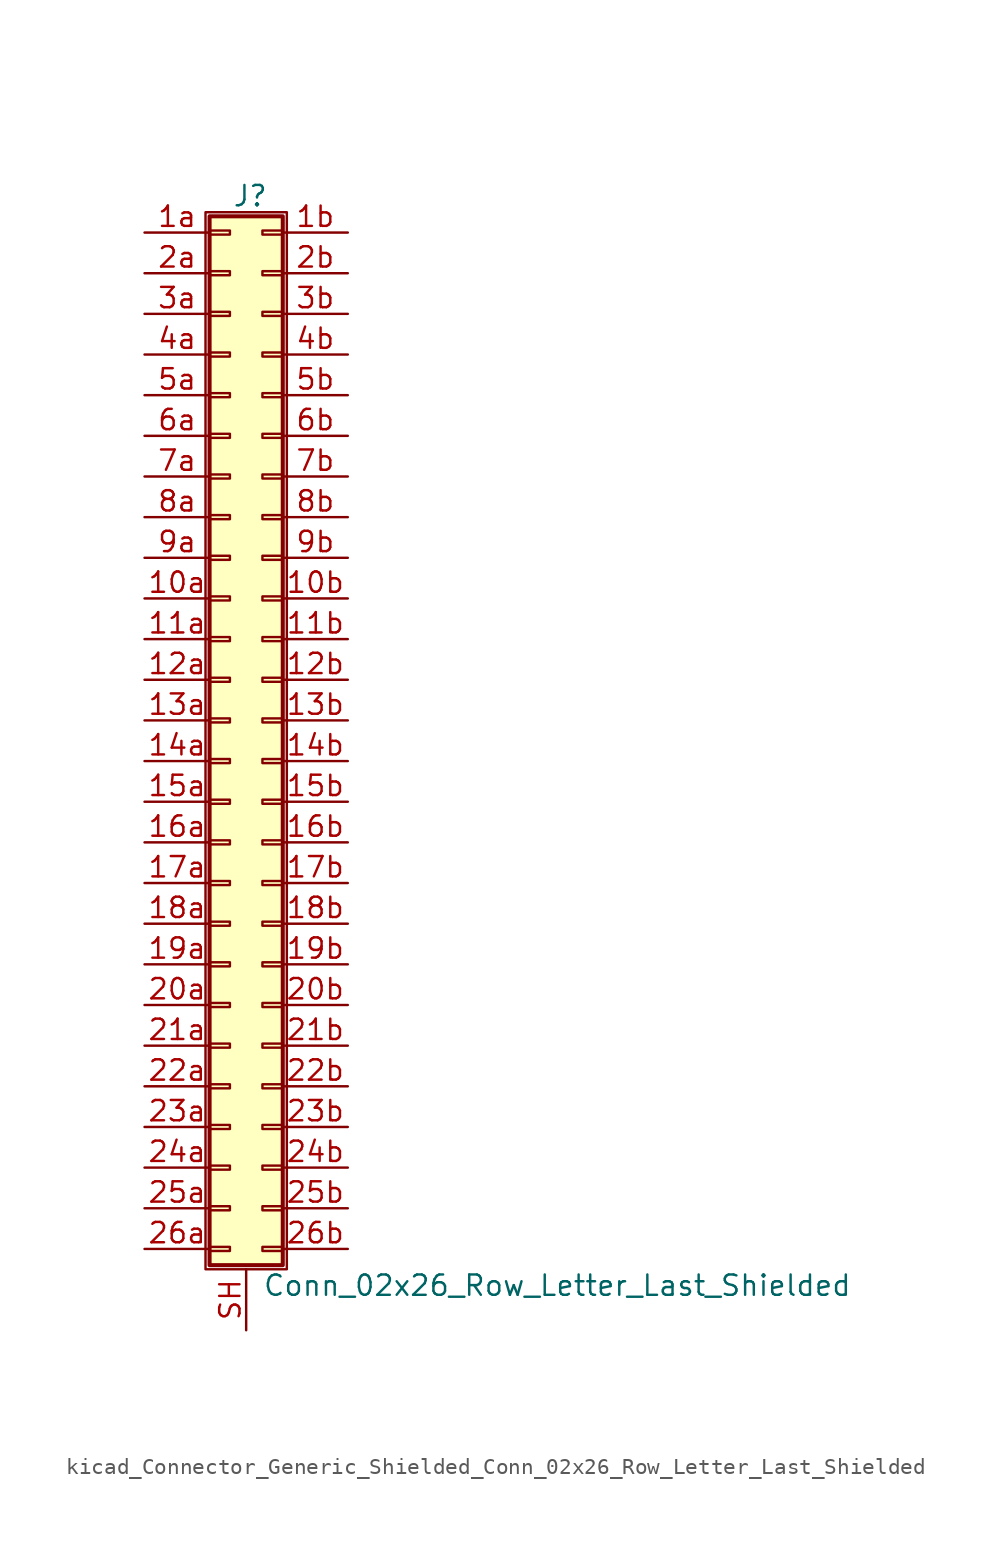
<source format=kicad_sym>
(kicad_symbol_lib
  (version 20220914)
  (generator kicad_symbol_editor)
  (symbol "kicad_Connector_Generic_Shielded_Conn_02x26_Row_Letter_Last_Shielded"
    (pin_names
      (offset 1.016) hide)
    (property "Reference" "J"
      (at 1.524 32.766 0)
      (effects (font (size 1.27 1.27))))
    (property "Value" "Conn_02x26_Row_Letter_Last_Shielded"
      (at 2.286 -35.306 0)
      (effects (font (size 1.27 1.27)) (justify left)))
    (symbol "kicad_Connector_Generic_Shielded_Conn_02x26_Row_Letter_Last_Shielded_1_1"
      (rectangle (start -1.27 31.75) (end 3.81 -34.29) (stroke (width 0.152) (type default)) (fill (type none)))
      (rectangle (start -1.016 -32.893) (end 0.254 -33.147) (stroke (width 0.152) (type default)) (fill (type none)))
      (rectangle (start -1.016 -30.353) (end 0.254 -30.607) (stroke (width 0.152) (type default)) (fill (type none)))
      (rectangle (start -1.016 -27.813) (end 0.254 -28.067) (stroke (width 0.152) (type default)) (fill (type none)))
      (rectangle (start -1.016 -25.273) (end 0.254 -25.527) (stroke (width 0.152) (type default)) (fill (type none)))
      (rectangle (start -1.016 -22.733) (end 0.254 -22.987) (stroke (width 0.152) (type default)) (fill (type none)))
      (rectangle (start -1.016 -20.193) (end 0.254 -20.447) (stroke (width 0.152) (type default)) (fill (type none)))
      (rectangle (start -1.016 -17.653) (end 0.254 -17.907) (stroke (width 0.152) (type default)) (fill (type none)))
      (rectangle (start -1.016 -15.113) (end 0.254 -15.367) (stroke (width 0.152) (type default)) (fill (type none)))
      (rectangle (start -1.016 -12.573) (end 0.254 -12.827) (stroke (width 0.152) (type default)) (fill (type none)))
      (rectangle (start -1.016 -10.033) (end 0.254 -10.287) (stroke (width 0.152) (type default)) (fill (type none)))
      (rectangle (start -1.016 -7.493) (end 0.254 -7.747) (stroke (width 0.152) (type default)) (fill (type none)))
      (rectangle (start -1.016 -4.953) (end 0.254 -5.207) (stroke (width 0.152) (type default)) (fill (type none)))
      (rectangle (start -1.016 -2.413) (end 0.254 -2.667) (stroke (width 0.152) (type default)) (fill (type none)))
      (rectangle (start -1.016 0.127) (end 0.254 -0.127) (stroke (width 0.152) (type default)) (fill (type none)))
      (rectangle (start -1.016 2.667) (end 0.254 2.413) (stroke (width 0.152) (type default)) (fill (type none)))
      (rectangle (start -1.016 5.207) (end 0.254 4.953) (stroke (width 0.152) (type default)) (fill (type none)))
      (rectangle (start -1.016 7.747) (end 0.254 7.493) (stroke (width 0.152) (type default)) (fill (type none)))
      (rectangle (start -1.016 10.287) (end 0.254 10.033) (stroke (width 0.152) (type default)) (fill (type none)))
      (rectangle (start -1.016 12.827) (end 0.254 12.573) (stroke (width 0.152) (type default)) (fill (type none)))
      (rectangle (start -1.016 15.367) (end 0.254 15.113) (stroke (width 0.152) (type default)) (fill (type none)))
      (rectangle (start -1.016 17.907) (end 0.254 17.653) (stroke (width 0.152) (type default)) (fill (type none)))
      (rectangle (start -1.016 20.447) (end 0.254 20.193) (stroke (width 0.152) (type default)) (fill (type none)))
      (rectangle (start -1.016 22.987) (end 0.254 22.733) (stroke (width 0.152) (type default)) (fill (type none)))
      (rectangle (start -1.016 25.527) (end 0.254 25.273) (stroke (width 0.152) (type default)) (fill (type none)))
      (rectangle (start -1.016 28.067) (end 0.254 27.813) (stroke (width 0.152) (type default)) (fill (type none)))
      (rectangle (start -1.016 30.607) (end 0.254 30.353) (stroke (width 0.152) (type default)) (fill (type none)))
      (rectangle (start -1.016 31.496) (end 3.556 -34.036) (stroke (width 0.254) (type default)) (fill (type background)))
      (rectangle (start 3.556 -32.893) (end 2.286 -33.147) (stroke (width 0.152) (type default)) (fill (type none)))
      (rectangle (start 3.556 -30.353) (end 2.286 -30.607) (stroke (width 0.152) (type default)) (fill (type none)))
      (rectangle (start 3.556 -27.813) (end 2.286 -28.067) (stroke (width 0.152) (type default)) (fill (type none)))
      (rectangle (start 3.556 -25.273) (end 2.286 -25.527) (stroke (width 0.152) (type default)) (fill (type none)))
      (rectangle (start 3.556 -22.733) (end 2.286 -22.987) (stroke (width 0.152) (type default)) (fill (type none)))
      (rectangle (start 3.556 -20.193) (end 2.286 -20.447) (stroke (width 0.152) (type default)) (fill (type none)))
      (rectangle (start 3.556 -17.653) (end 2.286 -17.907) (stroke (width 0.152) (type default)) (fill (type none)))
      (rectangle (start 3.556 -15.113) (end 2.286 -15.367) (stroke (width 0.152) (type default)) (fill (type none)))
      (rectangle (start 3.556 -12.573) (end 2.286 -12.827) (stroke (width 0.152) (type default)) (fill (type none)))
      (rectangle (start 3.556 -10.033) (end 2.286 -10.287) (stroke (width 0.152) (type default)) (fill (type none)))
      (rectangle (start 3.556 -7.493) (end 2.286 -7.747) (stroke (width 0.152) (type default)) (fill (type none)))
      (rectangle (start 3.556 -4.953) (end 2.286 -5.207) (stroke (width 0.152) (type default)) (fill (type none)))
      (rectangle (start 3.556 -2.413) (end 2.286 -2.667) (stroke (width 0.152) (type default)) (fill (type none)))
      (rectangle (start 3.556 0.127) (end 2.286 -0.127) (stroke (width 0.152) (type default)) (fill (type none)))
      (rectangle (start 3.556 2.667) (end 2.286 2.413) (stroke (width 0.152) (type default)) (fill (type none)))
      (rectangle (start 3.556 5.207) (end 2.286 4.953) (stroke (width 0.152) (type default)) (fill (type none)))
      (rectangle (start 3.556 7.747) (end 2.286 7.493) (stroke (width 0.152) (type default)) (fill (type none)))
      (rectangle (start 3.556 10.287) (end 2.286 10.033) (stroke (width 0.152) (type default)) (fill (type none)))
      (rectangle (start 3.556 12.827) (end 2.286 12.573) (stroke (width 0.152) (type default)) (fill (type none)))
      (rectangle (start 3.556 15.367) (end 2.286 15.113) (stroke (width 0.152) (type default)) (fill (type none)))
      (rectangle (start 3.556 17.907) (end 2.286 17.653) (stroke (width 0.152) (type default)) (fill (type none)))
      (rectangle (start 3.556 20.447) (end 2.286 20.193) (stroke (width 0.152) (type default)) (fill (type none)))
      (rectangle (start 3.556 22.987) (end 2.286 22.733) (stroke (width 0.152) (type default)) (fill (type none)))
      (rectangle (start 3.556 25.527) (end 2.286 25.273) (stroke (width 0.152) (type default)) (fill (type none)))
      (rectangle (start 3.556 28.067) (end 2.286 27.813) (stroke (width 0.152) (type default)) (fill (type none)))
      (rectangle (start 3.556 30.607) (end 2.286 30.353) (stroke (width 0.152) (type default)) (fill (type none)))
      (pin passive line (at -5.08 7.62 0) (length 4.064) (name "Pin_10a" (effects (font (size 1.27 1.27)))) (number "10a" (effects (font (size 1.27 1.27)))))
      (pin passive line (at 7.62 7.62 180) (length 4.064) (name "Pin_10b" (effects (font (size 1.27 1.27)))) (number "10b" (effects (font (size 1.27 1.27)))))
      (pin passive line (at -5.08 5.08 0) (length 4.064) (name "Pin_11a" (effects (font (size 1.27 1.27)))) (number "11a" (effects (font (size 1.27 1.27)))))
      (pin passive line (at 7.62 5.08 180) (length 4.064) (name "Pin_11b" (effects (font (size 1.27 1.27)))) (number "11b" (effects (font (size 1.27 1.27)))))
      (pin passive line (at -5.08 2.54 0) (length 4.064) (name "Pin_12a" (effects (font (size 1.27 1.27)))) (number "12a" (effects (font (size 1.27 1.27)))))
      (pin passive line (at 7.62 2.54 180) (length 4.064) (name "Pin_12b" (effects (font (size 1.27 1.27)))) (number "12b" (effects (font (size 1.27 1.27)))))
      (pin passive line (at -5.08 0 0) (length 4.064) (name "Pin_13a" (effects (font (size 1.27 1.27)))) (number "13a" (effects (font (size 1.27 1.27)))))
      (pin passive line (at 7.62 0 180) (length 4.064) (name "Pin_13b" (effects (font (size 1.27 1.27)))) (number "13b" (effects (font (size 1.27 1.27)))))
      (pin passive line (at -5.08 -2.54 0) (length 4.064) (name "Pin_14a" (effects (font (size 1.27 1.27)))) (number "14a" (effects (font (size 1.27 1.27)))))
      (pin passive line (at 7.62 -2.54 180) (length 4.064) (name "Pin_14b" (effects (font (size 1.27 1.27)))) (number "14b" (effects (font (size 1.27 1.27)))))
      (pin passive line (at -5.08 -5.08 0) (length 4.064) (name "Pin_15a" (effects (font (size 1.27 1.27)))) (number "15a" (effects (font (size 1.27 1.27)))))
      (pin passive line (at 7.62 -5.08 180) (length 4.064) (name "Pin_15b" (effects (font (size 1.27 1.27)))) (number "15b" (effects (font (size 1.27 1.27)))))
      (pin passive line (at -5.08 -7.62 0) (length 4.064) (name "Pin_16a" (effects (font (size 1.27 1.27)))) (number "16a" (effects (font (size 1.27 1.27)))))
      (pin passive line (at 7.62 -7.62 180) (length 4.064) (name "Pin_16b" (effects (font (size 1.27 1.27)))) (number "16b" (effects (font (size 1.27 1.27)))))
      (pin passive line (at -5.08 -10.16 0) (length 4.064) (name "Pin_17a" (effects (font (size 1.27 1.27)))) (number "17a" (effects (font (size 1.27 1.27)))))
      (pin passive line (at 7.62 -10.16 180) (length 4.064) (name "Pin_17b" (effects (font (size 1.27 1.27)))) (number "17b" (effects (font (size 1.27 1.27)))))
      (pin passive line (at -5.08 -12.7 0) (length 4.064) (name "Pin_18a" (effects (font (size 1.27 1.27)))) (number "18a" (effects (font (size 1.27 1.27)))))
      (pin passive line (at 7.62 -12.7 180) (length 4.064) (name "Pin_18b" (effects (font (size 1.27 1.27)))) (number "18b" (effects (font (size 1.27 1.27)))))
      (pin passive line (at -5.08 -15.24 0) (length 4.064) (name "Pin_19a" (effects (font (size 1.27 1.27)))) (number "19a" (effects (font (size 1.27 1.27)))))
      (pin passive line (at 7.62 -15.24 180) (length 4.064) (name "Pin_19b" (effects (font (size 1.27 1.27)))) (number "19b" (effects (font (size 1.27 1.27)))))
      (pin passive line (at -5.08 30.48 0) (length 4.064) (name "Pin_1a" (effects (font (size 1.27 1.27)))) (number "1a" (effects (font (size 1.27 1.27)))))
      (pin passive line (at 7.62 30.48 180) (length 4.064) (name "Pin_1b" (effects (font (size 1.27 1.27)))) (number "1b" (effects (font (size 1.27 1.27)))))
      (pin passive line (at -5.08 -17.78 0) (length 4.064) (name "Pin_20a" (effects (font (size 1.27 1.27)))) (number "20a" (effects (font (size 1.27 1.27)))))
      (pin passive line (at 7.62 -17.78 180) (length 4.064) (name "Pin_20b" (effects (font (size 1.27 1.27)))) (number "20b" (effects (font (size 1.27 1.27)))))
      (pin passive line (at -5.08 -20.32 0) (length 4.064) (name "Pin_21a" (effects (font (size 1.27 1.27)))) (number "21a" (effects (font (size 1.27 1.27)))))
      (pin passive line (at 7.62 -20.32 180) (length 4.064) (name "Pin_21b" (effects (font (size 1.27 1.27)))) (number "21b" (effects (font (size 1.27 1.27)))))
      (pin passive line (at -5.08 -22.86 0) (length 4.064) (name "Pin_22a" (effects (font (size 1.27 1.27)))) (number "22a" (effects (font (size 1.27 1.27)))))
      (pin passive line (at 7.62 -22.86 180) (length 4.064) (name "Pin_22b" (effects (font (size 1.27 1.27)))) (number "22b" (effects (font (size 1.27 1.27)))))
      (pin passive line (at -5.08 -25.4 0) (length 4.064) (name "Pin_23a" (effects (font (size 1.27 1.27)))) (number "23a" (effects (font (size 1.27 1.27)))))
      (pin passive line (at 7.62 -25.4 180) (length 4.064) (name "Pin_23b" (effects (font (size 1.27 1.27)))) (number "23b" (effects (font (size 1.27 1.27)))))
      (pin passive line (at -5.08 -27.94 0) (length 4.064) (name "Pin_24a" (effects (font (size 1.27 1.27)))) (number "24a" (effects (font (size 1.27 1.27)))))
      (pin passive line (at 7.62 -27.94 180) (length 4.064) (name "Pin_24b" (effects (font (size 1.27 1.27)))) (number "24b" (effects (font (size 1.27 1.27)))))
      (pin passive line (at -5.08 -30.48 0) (length 4.064) (name "Pin_25a" (effects (font (size 1.27 1.27)))) (number "25a" (effects (font (size 1.27 1.27)))))
      (pin passive line (at 7.62 -30.48 180) (length 4.064) (name "Pin_25b" (effects (font (size 1.27 1.27)))) (number "25b" (effects (font (size 1.27 1.27)))))
      (pin passive line (at -5.08 -33.02 0) (length 4.064) (name "Pin_26a" (effects (font (size 1.27 1.27)))) (number "26a" (effects (font (size 1.27 1.27)))))
      (pin passive line (at 7.62 -33.02 180) (length 4.064) (name "Pin_26b" (effects (font (size 1.27 1.27)))) (number "26b" (effects (font (size 1.27 1.27)))))
      (pin passive line (at -5.08 27.94 0) (length 4.064) (name "Pin_2a" (effects (font (size 1.27 1.27)))) (number "2a" (effects (font (size 1.27 1.27)))))
      (pin passive line (at 7.62 27.94 180) (length 4.064) (name "Pin_2b" (effects (font (size 1.27 1.27)))) (number "2b" (effects (font (size 1.27 1.27)))))
      (pin passive line (at -5.08 25.4 0) (length 4.064) (name "Pin_3a" (effects (font (size 1.27 1.27)))) (number "3a" (effects (font (size 1.27 1.27)))))
      (pin passive line (at 7.62 25.4 180) (length 4.064) (name "Pin_3b" (effects (font (size 1.27 1.27)))) (number "3b" (effects (font (size 1.27 1.27)))))
      (pin passive line (at -5.08 22.86 0) (length 4.064) (name "Pin_4a" (effects (font (size 1.27 1.27)))) (number "4a" (effects (font (size 1.27 1.27)))))
      (pin passive line (at 7.62 22.86 180) (length 4.064) (name "Pin_4b" (effects (font (size 1.27 1.27)))) (number "4b" (effects (font (size 1.27 1.27)))))
      (pin passive line (at -5.08 20.32 0) (length 4.064) (name "Pin_5a" (effects (font (size 1.27 1.27)))) (number "5a" (effects (font (size 1.27 1.27)))))
      (pin passive line (at 7.62 20.32 180) (length 4.064) (name "Pin_5b" (effects (font (size 1.27 1.27)))) (number "5b" (effects (font (size 1.27 1.27)))))
      (pin passive line (at -5.08 17.78 0) (length 4.064) (name "Pin_6a" (effects (font (size 1.27 1.27)))) (number "6a" (effects (font (size 1.27 1.27)))))
      (pin passive line (at 7.62 17.78 180) (length 4.064) (name "Pin_6b" (effects (font (size 1.27 1.27)))) (number "6b" (effects (font (size 1.27 1.27)))))
      (pin passive line (at -5.08 15.24 0) (length 4.064) (name "Pin_7a" (effects (font (size 1.27 1.27)))) (number "7a" (effects (font (size 1.27 1.27)))))
      (pin passive line (at 7.62 15.24 180) (length 4.064) (name "Pin_7b" (effects (font (size 1.27 1.27)))) (number "7b" (effects (font (size 1.27 1.27)))))
      (pin passive line (at -5.08 12.7 0) (length 4.064) (name "Pin_8a" (effects (font (size 1.27 1.27)))) (number "8a" (effects (font (size 1.27 1.27)))))
      (pin passive line (at 7.62 12.7 180) (length 4.064) (name "Pin_8b" (effects (font (size 1.27 1.27)))) (number "8b" (effects (font (size 1.27 1.27)))))
      (pin passive line (at -5.08 10.16 0) (length 4.064) (name "Pin_9a" (effects (font (size 1.27 1.27)))) (number "9a" (effects (font (size 1.27 1.27)))))
      (pin passive line (at 7.62 10.16 180) (length 4.064) (name "Pin_9b" (effects (font (size 1.27 1.27)))) (number "9b" (effects (font (size 1.27 1.27)))))
      (pin passive line (at 1.27 -38.1 90) (length 3.81) (name "Shield" (effects (font (size 1.27 1.27)))) (number "SH" (effects (font (size 1.27 1.27))))))))
</source>
